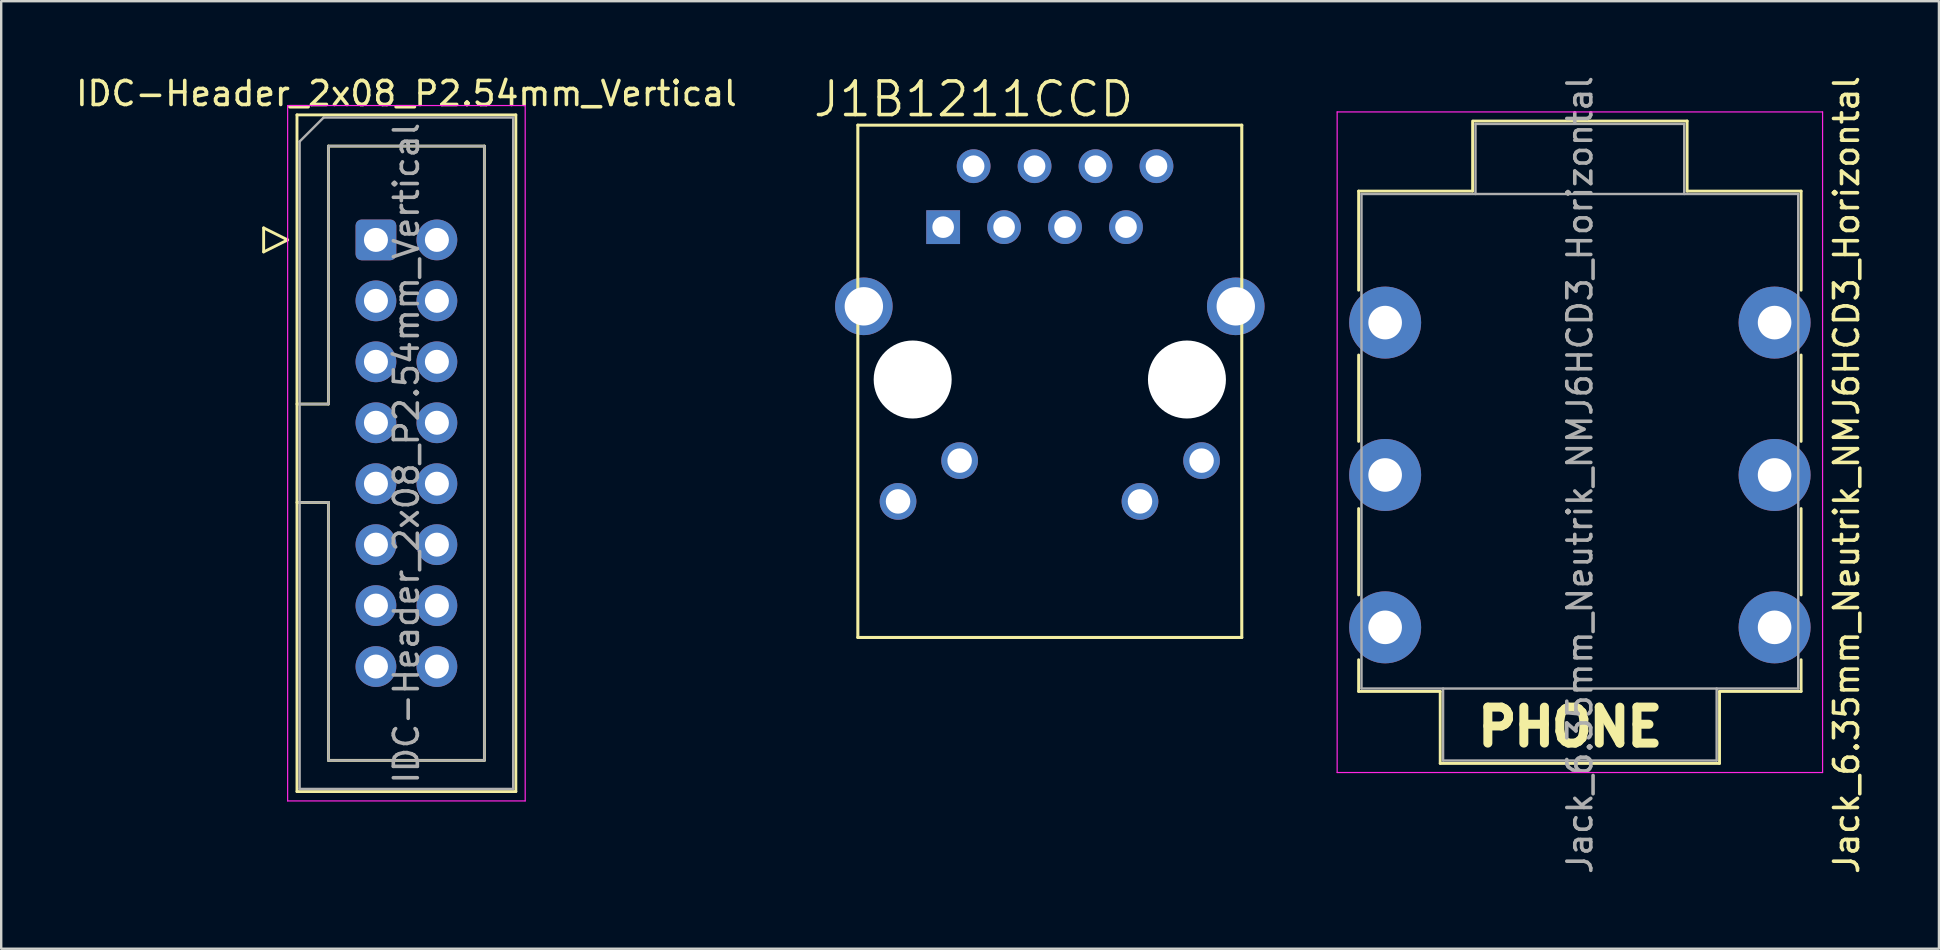
<source format=kicad_pcb>
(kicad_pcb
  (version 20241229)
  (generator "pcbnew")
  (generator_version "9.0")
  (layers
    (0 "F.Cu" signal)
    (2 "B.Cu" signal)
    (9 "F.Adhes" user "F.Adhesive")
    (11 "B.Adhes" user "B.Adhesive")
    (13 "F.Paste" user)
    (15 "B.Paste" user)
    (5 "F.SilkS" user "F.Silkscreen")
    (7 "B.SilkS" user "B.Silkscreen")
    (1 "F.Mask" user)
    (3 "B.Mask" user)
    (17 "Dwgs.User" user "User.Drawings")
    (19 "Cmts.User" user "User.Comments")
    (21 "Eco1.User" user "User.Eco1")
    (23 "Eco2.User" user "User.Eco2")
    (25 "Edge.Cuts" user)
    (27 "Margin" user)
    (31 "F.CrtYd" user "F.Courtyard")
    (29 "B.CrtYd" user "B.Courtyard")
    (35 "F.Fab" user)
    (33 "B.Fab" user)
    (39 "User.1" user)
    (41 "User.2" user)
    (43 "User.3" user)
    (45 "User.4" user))
  (footprint "J1B1211CCD"
    (layer "F.Cu")
    (at 40.7 12.766)
    (property "Reference" "J1B1211CCD" (at -3.175 -11.684 0) (layer "F.SilkS") (effects (font (size 1.4 1.4) (thickness 0.15))))
    (attr through_hole)
    (fp_line (start -8 -10.6) (end -8 10.75) (stroke (width 0.127) (type solid)) (layer "F.SilkS"))
    (fp_line (start -8 10.75) (end 8 10.75) (stroke (width 0.127) (type solid)) (layer "F.SilkS"))
    (fp_line (start 8 -10.6) (end -8 -10.6) (stroke (width 0.127) (type solid)) (layer "F.SilkS"))
    (fp_line (start 8 10.75) (end 8 -10.6) (stroke (width 0.127) (type solid)) (layer "F.SilkS"))
    (pad "" np_thru_hole circle (at -5.715 0) (size 3.25 3.25) (drill 3.25) (layers "*.Cu" "*.Mask"))
    (pad "" np_thru_hole circle (at 5.715 0) (size 3.25 3.25) (drill 3.25) (layers "*.Cu" "*.Mask"))
    (pad "1" thru_hole rect (at -4.445 -6.35) (size 1.408 1.408) (drill 0.9) (layers "*.Cu" "*.Mask"))
    (pad "2" thru_hole circle (at -3.175 -8.89) (size 1.408 1.408) (drill 0.9) (layers "*.Cu" "*.Mask"))
    (pad "3" thru_hole circle (at -1.905 -6.35) (size 1.408 1.408) (drill 0.9) (layers "*.Cu" "*.Mask"))
    (pad "4" thru_hole circle (at -0.635 -8.89) (size 1.408 1.408) (drill 0.9) (layers "*.Cu" "*.Mask"))
    (pad "5" thru_hole circle (at 0.635 -6.35) (size 1.408 1.408) (drill 0.9) (layers "*.Cu" "*.Mask"))
    (pad "6" thru_hole circle (at 1.905 -8.89) (size 1.408 1.408) (drill 0.9) (layers "*.Cu" "*.Mask"))
    (pad "7" thru_hole circle (at 3.175 -6.35) (size 1.408 1.408) (drill 0.9) (layers "*.Cu" "*.Mask"))
    (pad "8" thru_hole circle (at 4.445 -8.89) (size 1.408 1.408) (drill 0.9) (layers "*.Cu" "*.Mask"))
    (pad "9" thru_hole circle (at -6.325 5.08) (size 1.53 1.53) (drill 1.02) (layers "*.Cu" "*.Mask"))
    (pad "10" thru_hole circle (at -3.758 3.38) (size 1.53 1.53) (drill 1.02) (layers "*.Cu" "*.Mask"))
    (pad "11" thru_hole circle (at 3.758 5.08) (size 1.53 1.53) (drill 1.02) (layers "*.Cu" "*.Mask"))
    (pad "12" thru_hole circle (at 6.325 3.38) (size 1.53 1.53) (drill 1.02) (layers "*.Cu" "*.Mask"))
    (pad "13" thru_hole circle (at -7.75 -3.05) (size 2.4 2.4) (drill 1.6) (layers "*.Cu" "*.Mask"))
    (pad "14" thru_hole circle (at 7.75 -3.05) (size 2.4 2.4) (drill 1.6) (layers "*.Cu" "*.Mask")))
  (footprint "IDC-Header_2x08_P2.54mm_Vertical"
    (layer "F.Cu")
    (at 12.617 6.948)
    (property "Reference" "IDC-Header_2x08_P2.54mm_Vertical" (at 1.27 -6.1 0) (layer "F.SilkS") (effects (font (size 1 1) (thickness 0.15))))
    (attr through_hole)
    (fp_line (start -4.68 -0.5) (end -4.68 0.5) (stroke (width 0.12) (type solid)) (layer "F.SilkS"))
    (fp_line (start -4.68 0.5) (end -3.68 0) (stroke (width 0.12) (type solid)) (layer "F.SilkS"))
    (fp_line (start -3.68 0) (end -4.68 -0.5) (stroke (width 0.12) (type solid)) (layer "F.SilkS"))
    (fp_line (start -3.29 -5.21) (end 5.83 -5.21) (stroke (width 0.12) (type solid)) (layer "F.SilkS"))
    (fp_line (start -3.29 6.84) (end -1.98 6.84) (stroke (width 0.12) (type solid)) (layer "F.SilkS"))
    (fp_line (start -3.29 22.99) (end -3.29 -5.21) (stroke (width 0.12) (type solid)) (layer "F.SilkS"))
    (fp_line (start -1.98 -3.91) (end 4.52 -3.91) (stroke (width 0.12) (type solid)) (layer "F.SilkS"))
    (fp_line (start -1.98 6.84) (end -1.98 -3.91) (stroke (width 0.12) (type solid)) (layer "F.SilkS"))
    (fp_line (start -1.98 10.94) (end -3.29 10.94) (stroke (width 0.12) (type solid)) (layer "F.SilkS"))
    (fp_line (start -1.98 10.94) (end -1.98 10.94) (stroke (width 0.12) (type solid)) (layer "F.SilkS"))
    (fp_line (start -1.98 21.69) (end -1.98 10.94) (stroke (width 0.12) (type solid)) (layer "F.SilkS"))
    (fp_line (start 4.52 -3.91) (end 4.52 21.69) (stroke (width 0.12) (type solid)) (layer "F.SilkS"))
    (fp_line (start 4.52 21.69) (end -1.98 21.69) (stroke (width 0.12) (type solid)) (layer "F.SilkS"))
    (fp_line (start 5.83 -5.21) (end 5.83 22.99) (stroke (width 0.12) (type solid)) (layer "F.SilkS"))
    (fp_line (start 5.83 22.99) (end -3.29 22.99) (stroke (width 0.12) (type solid)) (layer "F.SilkS"))
    (fp_line (start -3.68 -5.6) (end -3.68 23.38) (stroke (width 0.05) (type solid)) (layer "F.CrtYd"))
    (fp_line (start -3.68 23.38) (end 6.22 23.38) (stroke (width 0.05) (type solid)) (layer "F.CrtYd"))
    (fp_line (start 6.22 -5.6) (end -3.68 -5.6) (stroke (width 0.05) (type solid)) (layer "F.CrtYd"))
    (fp_line (start 6.22 23.38) (end 6.22 -5.6) (stroke (width 0.05) (type solid)) (layer "F.CrtYd"))
    (fp_line (start -3.18 -4.1) (end -2.18 -5.1) (stroke (width 0.1) (type solid)) (layer "F.Fab"))
    (fp_line (start -3.18 6.84) (end -1.98 6.84) (stroke (width 0.1) (type solid)) (layer "F.Fab"))
    (fp_line (start -3.18 22.88) (end -3.18 -4.1) (stroke (width 0.1) (type solid)) (layer "F.Fab"))
    (fp_line (start -2.18 -5.1) (end 5.72 -5.1) (stroke (width 0.1) (type solid)) (layer "F.Fab"))
    (fp_line (start -1.98 -3.91) (end 4.52 -3.91) (stroke (width 0.1) (type solid)) (layer "F.Fab"))
    (fp_line (start -1.98 6.84) (end -1.98 -3.91) (stroke (width 0.1) (type solid)) (layer "F.Fab"))
    (fp_line (start -1.98 10.94) (end -3.18 10.94) (stroke (width 0.1) (type solid)) (layer "F.Fab"))
    (fp_line (start -1.98 10.94) (end -1.98 10.94) (stroke (width 0.1) (type solid)) (layer "F.Fab"))
    (fp_line (start -1.98 21.69) (end -1.98 10.94) (stroke (width 0.1) (type solid)) (layer "F.Fab"))
    (fp_line (start 4.52 -3.91) (end 4.52 21.69) (stroke (width 0.1) (type solid)) (layer "F.Fab"))
    (fp_line (start 4.52 21.69) (end -1.98 21.69) (stroke (width 0.1) (type solid)) (layer "F.Fab"))
    (fp_line (start 5.72 -5.1) (end 5.72 22.88) (stroke (width 0.1) (type solid)) (layer "F.Fab"))
    (fp_line (start 5.72 22.88) (end -3.18 22.88) (stroke (width 0.1) (type solid)) (layer "F.Fab"))
    (fp_text user "${REFERENCE}" (at 1.27 8.89 90) (layer "F.Fab") (effects (font (size 1 1) (thickness 0.15))))
    (pad "1" thru_hole roundrect (at 0 0) (size 1.7 1.7) (drill 1) (layers "*.Cu" "*.Mask") (roundrect_rratio 0.147))
    (pad "2" thru_hole circle (at 2.54 0) (size 1.7 1.7) (drill 1) (layers "*.Cu" "*.Mask"))
    (pad "3" thru_hole circle (at 0 2.54) (size 1.7 1.7) (drill 1) (layers "*.Cu" "*.Mask"))
    (pad "4" thru_hole circle (at 2.54 2.54) (size 1.7 1.7) (drill 1) (layers "*.Cu" "*.Mask"))
    (pad "5" thru_hole circle (at 0 5.08) (size 1.7 1.7) (drill 1) (layers "*.Cu" "*.Mask"))
    (pad "6" thru_hole circle (at 2.54 5.08) (size 1.7 1.7) (drill 1) (layers "*.Cu" "*.Mask"))
    (pad "7" thru_hole circle (at 0 7.62) (size 1.7 1.7) (drill 1) (layers "*.Cu" "*.Mask"))
    (pad "8" thru_hole circle (at 2.54 7.62) (size 1.7 1.7) (drill 1) (layers "*.Cu" "*.Mask"))
    (pad "9" thru_hole circle (at 0 10.16) (size 1.7 1.7) (drill 1) (layers "*.Cu" "*.Mask"))
    (pad "10" thru_hole circle (at 2.54 10.16) (size 1.7 1.7) (drill 1) (layers "*.Cu" "*.Mask"))
    (pad "11" thru_hole circle (at 0 12.7) (size 1.7 1.7) (drill 1) (layers "*.Cu" "*.Mask"))
    (pad "12" thru_hole circle (at 2.54 12.7) (size 1.7 1.7) (drill 1) (layers "*.Cu" "*.Mask"))
    (pad "13" thru_hole circle (at 0 15.24) (size 1.7 1.7) (drill 1) (layers "*.Cu" "*.Mask"))
    (pad "14" thru_hole circle (at 2.54 15.24) (size 1.7 1.7) (drill 1) (layers "*.Cu" "*.Mask"))
    (pad "15" thru_hole circle (at 0 17.78) (size 1.7 1.7) (drill 1) (layers "*.Cu" "*.Mask"))
    (pad "16" thru_hole circle (at 2.54 17.78) (size 1.7 1.7) (drill 1) (layers "*.Cu" "*.Mask")))
  (footprint "Jack_6.35mm_Neutrik_NMJ6HCD3_Horizontal"
    (layer "F.Cu")
    (at 62.79 25.644)
    (property "Reference" "Jack_6.35mm_Neutrik_NMJ6HCD3_Horizontal" (at 11.115 -8.9 90) (layer "F.SilkS") (effects (font (size 1 1) (thickness 0.15))))
    (property "Label" "PHONE" (at 0 0 0) (layer "F.Fab") (hide yes) (effects (font (size 1.27 1.27) (thickness 0.15))))
    (attr through_hole)
    (fp_line (start -9.22 -20.73) (end -4.47 -20.73) (stroke (width 0.12) (type solid)) (layer "F.SilkS"))
    (fp_line (start -9.22 -16.6) (end -9.22 -20.73) (stroke (width 0.12) (type solid)) (layer "F.SilkS"))
    (fp_line (start -9.22 -10.3) (end -9.22 -13.9) (stroke (width 0.12) (type solid)) (layer "F.SilkS"))
    (fp_line (start -9.22 -3.9) (end -9.22 -7.5) (stroke (width 0.12) (type solid)) (layer "F.SilkS"))
    (fp_line (start -9.22 0.12) (end -9.22 -1.2) (stroke (width 0.12) (type solid)) (layer "F.SilkS"))
    (fp_line (start -9.22 0.12) (end -5.82 0.12) (stroke (width 0.12) (type solid)) (layer "F.SilkS"))
    (fp_line (start -5.82 0.12) (end -5.82 3.12) (stroke (width 0.12) (type solid)) (layer "F.SilkS"))
    (fp_line (start -5.82 3.12) (end 5.82 3.12) (stroke (width 0.12) (type solid)) (layer "F.SilkS"))
    (fp_line (start -4.47 -23.65) (end -4.47 -20.73) (stroke (width 0.12) (type solid)) (layer "F.SilkS"))
    (fp_line (start -4.43 -23.65) (end 4.47 -23.65) (stroke (width 0.12) (type solid)) (layer "F.SilkS"))
    (fp_line (start 4.47 -23.65) (end 4.47 -20.73) (stroke (width 0.12) (type solid)) (layer "F.SilkS"))
    (fp_line (start 4.47 -20.73) (end 9.22 -20.73) (stroke (width 0.12) (type solid)) (layer "F.SilkS"))
    (fp_line (start 5.82 0.12) (end 5.82 3.12) (stroke (width 0.12) (type solid)) (layer "F.SilkS"))
    (fp_line (start 5.82 0.12) (end 9.22 0.12) (stroke (width 0.12) (type solid)) (layer "F.SilkS"))
    (fp_line (start 9.22 -20.73) (end 9.22 -16.6) (stroke (width 0.12) (type solid)) (layer "F.SilkS"))
    (fp_line (start 9.22 -13.9) (end 9.22 -10.3) (stroke (width 0.12) (type solid)) (layer "F.SilkS"))
    (fp_line (start 9.22 -7.5) (end 9.22 -3.9) (stroke (width 0.12) (type solid)) (layer "F.SilkS"))
    (fp_line (start 9.22 0.12) (end 9.22 -1.2) (stroke (width 0.12) (type solid)) (layer "F.SilkS"))
    (fp_line (start -10.115 -24.03) (end -10.115 3.5) (stroke (width 0.05) (type solid)) (layer "F.CrtYd"))
    (fp_line (start -10.115 -24.03) (end 10.115 -24.03) (stroke (width 0.05) (type solid)) (layer "F.CrtYd"))
    (fp_line (start -10.115 3.5) (end 10.115 3.5) (stroke (width 0.05) (type solid)) (layer "F.CrtYd"))
    (fp_line (start 10.115 3.5) (end 10.115 -24.03) (stroke (width 0.05) (type solid)) (layer "F.CrtYd"))
    (fp_line (start -9.1 -20.61) (end 9.1 -20.61) (stroke (width 0.1) (type solid)) (layer "F.Fab"))
    (fp_line (start -9.1 0) (end -9.1 -20.61) (stroke (width 0.1) (type solid)) (layer "F.Fab"))
    (fp_line (start -9.1 0) (end 9.1 0) (stroke (width 0.1) (type solid)) (layer "F.Fab"))
    (fp_line (start -5.7 3) (end -5.7 0) (stroke (width 0.1) (type solid)) (layer "F.Fab"))
    (fp_line (start -5.7 3) (end 5.7 3) (stroke (width 0.1) (type solid)) (layer "F.Fab"))
    (fp_line (start -4.35 -23.53) (end -4.35 -20.61) (stroke (width 0.1) (type solid)) (layer "F.Fab"))
    (fp_line (start -4.35 -23.53) (end 4.35 -23.53) (stroke (width 0.1) (type solid)) (layer "F.Fab"))
    (fp_line (start 4.35 -23.53) (end 4.35 -20.61) (stroke (width 0.1) (type solid)) (layer "F.Fab"))
    (fp_line (start 5.7 3) (end 5.7 0) (stroke (width 0.1) (type solid)) (layer "F.Fab"))
    (fp_line (start 9.1 0) (end 9.1 -20.61) (stroke (width 0.1) (type solid)) (layer "F.Fab"))
    (fp_text user "${Label}" (at -0.406 1.6 0) (layer "F.SilkS") (effects (font (size 1.5 1.5) (thickness 0.375))))
    (fp_text user "${REFERENCE}" (at 0 -8.9 90) (layer "F.Fab") (effects (font (size 1 1) (thickness 0.15))))
    (pad "R" thru_hole circle (at 8.115 -8.9 270) (size 3 3) (drill 1.4) (layers "*.Cu" "*.Mask"))
    (pad "RN" thru_hole circle (at -8.115 -8.9 270) (size 3 3) (drill 1.4) (layers "*.Cu" "*.Mask"))
    (pad "S" thru_hole circle (at 8.115 -2.55 270) (size 3 3) (drill 1.4) (layers "*.Cu" "*.Mask"))
    (pad "SN" thru_hole circle (at -8.115 -2.55 270) (size 3 3) (drill 1.4) (layers "*.Cu" "*.Mask"))
    (pad "T" thru_hole circle (at 8.115 -15.25 270) (size 3 3) (drill 1.4) (layers "*.Cu" "*.Mask"))
    (pad "TN" thru_hole circle (at -8.115 -15.25 270) (size 3 3) (drill 1.4) (layers "*.Cu" "*.Mask")))
  (gr_rect
    (start -3 -3)
    (end 77.754 36.488)
    (stroke (width 0.1) (type default))
    (fill no)
    (layer "Edge.Cuts")))
</source>
